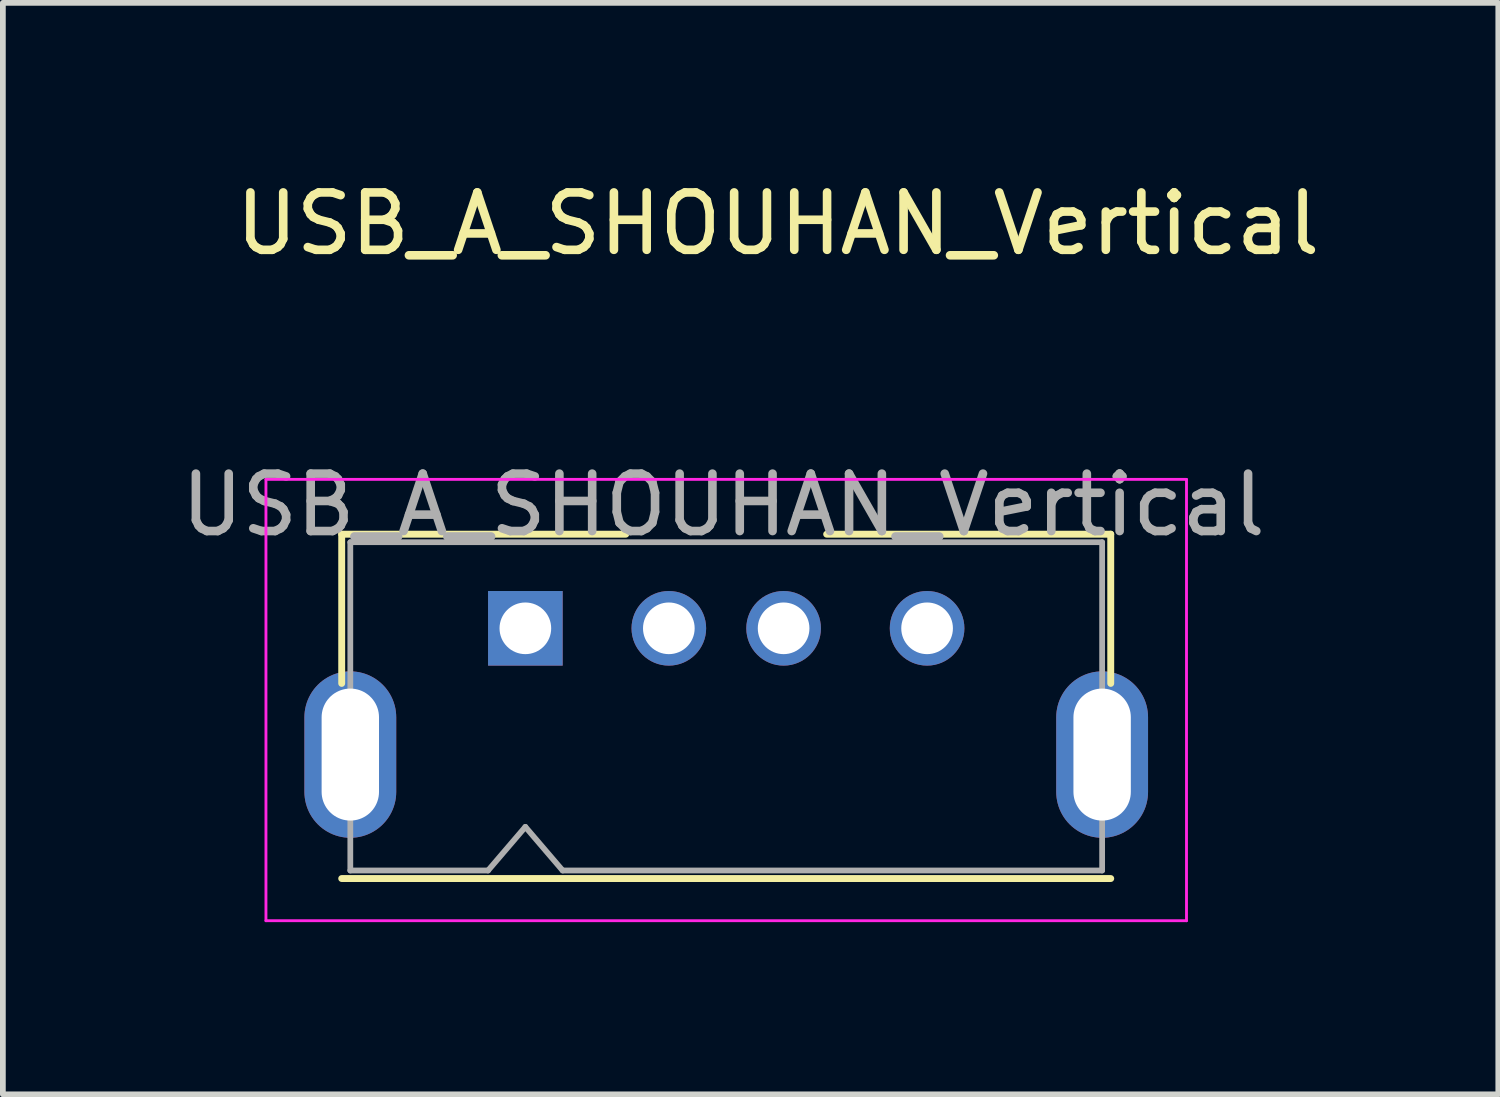
<source format=kicad_pcb>
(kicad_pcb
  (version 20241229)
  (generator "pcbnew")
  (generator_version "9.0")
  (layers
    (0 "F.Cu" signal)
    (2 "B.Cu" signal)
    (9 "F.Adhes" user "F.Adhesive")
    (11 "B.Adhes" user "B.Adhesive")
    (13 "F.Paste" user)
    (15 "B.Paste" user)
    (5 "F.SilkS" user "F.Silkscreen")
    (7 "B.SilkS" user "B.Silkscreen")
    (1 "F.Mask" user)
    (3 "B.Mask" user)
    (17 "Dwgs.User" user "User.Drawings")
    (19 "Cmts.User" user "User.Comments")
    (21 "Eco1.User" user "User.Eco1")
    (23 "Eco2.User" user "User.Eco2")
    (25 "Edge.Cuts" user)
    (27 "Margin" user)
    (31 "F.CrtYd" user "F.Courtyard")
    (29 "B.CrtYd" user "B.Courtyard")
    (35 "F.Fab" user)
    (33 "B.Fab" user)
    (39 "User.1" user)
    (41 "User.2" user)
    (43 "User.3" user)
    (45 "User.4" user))
  (footprint "USB_A_SHOUHAN_Vertical"
    (layer "F.Cu")
    (at 6.104 7.898)
    (property "Reference" "USB_A_SHOUHAN_Vertical" (at 4.4 -7.05 0) (layer "F.SilkS") (effects (font (size 1 1) (thickness 0.15))))
    (attr through_hole)
    (fp_line (start -3.2 -1.64) (end -3.2 0.96) (stroke (width 0.12) (type solid)) (layer "F.SilkS"))
    (fp_line (start -3.2 -1.64) (end 1.75 -1.64) (stroke (width 0.12) (type solid)) (layer "F.SilkS"))
    (fp_line (start 10.2 -1.64) (end 5.25 -1.64) (stroke (width 0.12) (type solid)) (layer "F.SilkS"))
    (fp_line (start 10.2 -1.64) (end 10.2 0.96) (stroke (width 0.12) (type solid)) (layer "F.SilkS"))
    (fp_line (start 10.2 4.36) (end -3.2 4.36) (stroke (width 0.12) (type solid)) (layer "F.SilkS"))
    (fp_line (start -4.52 -2.595) (end 11.52 -2.595) (stroke (width 0.05) (type solid)) (layer "F.CrtYd"))
    (fp_line (start -4.52 5.095) (end -4.52 -2.595) (stroke (width 0.05) (type solid)) (layer "F.CrtYd"))
    (fp_line (start 11.52 -2.595) (end 11.52 5.095) (stroke (width 0.05) (type solid)) (layer "F.CrtYd"))
    (fp_line (start 11.52 5.095) (end -4.52 5.095) (stroke (width 0.05) (type solid)) (layer "F.CrtYd"))
    (fp_line (start -3.05 -1.5) (end 10.05 -1.5) (stroke (width 0.1) (type solid)) (layer "F.Fab"))
    (fp_line (start -3.05 4.22) (end -3.05 -1.5) (stroke (width 0.1) (type solid)) (layer "F.Fab"))
    (fp_line (start -0.65 4.22) (end -3.05 4.22) (stroke (width 0.1) (type solid)) (layer "F.Fab"))
    (fp_line (start -0.65 4.22) (end 0 3.46) (stroke (width 0.1) (type solid)) (layer "F.Fab"))
    (fp_line (start 0 3.46) (end 0.65 4.22) (stroke (width 0.1) (type solid)) (layer "F.Fab"))
    (fp_line (start 10.05 -1.5) (end 10.05 4.22) (stroke (width 0.1) (type solid)) (layer "F.Fab"))
    (fp_line (start 10.05 4.22) (end 0.65 4.22) (stroke (width 0.1) (type solid)) (layer "F.Fab"))
    (fp_text user "${REFERENCE}" (at 3.45 -2.15 0) (layer "F.Fab") (effects (font (size 1 1) (thickness 0.15))))
    (pad "1" thru_hole rect (at 0 0) (size 1.3 1.3) (drill 0.9) (layers "*.Cu" "*.Mask"))
    (pad "2" thru_hole circle (at 2.5 0) (size 1.3 1.3) (drill 0.9) (layers "*.Cu" "*.Mask"))
    (pad "3" thru_hole circle (at 4.5 0) (size 1.3 1.3) (drill 0.9) (layers "*.Cu" "*.Mask"))
    (pad "4" thru_hole circle (at 7 0) (size 1.3 1.3) (drill 0.9) (layers "*.Cu" "*.Mask"))
    (pad "5" thru_hole oval (at -3.05 2.2 180) (size 1.6 2.9) (drill oval 1 2.3) (layers "*.Cu" "*.Mask"))
    (pad "5" thru_hole oval (at 10.05 2.2) (size 1.6 2.9) (drill oval 1 2.3) (layers "*.Cu" "*.Mask")))
  (gr_rect
    (start -3 -3)
    (end 23.057 16.018)
    (stroke (width 0.1) (type default))
    (fill no)
    (layer "Edge.Cuts")))
</source>
